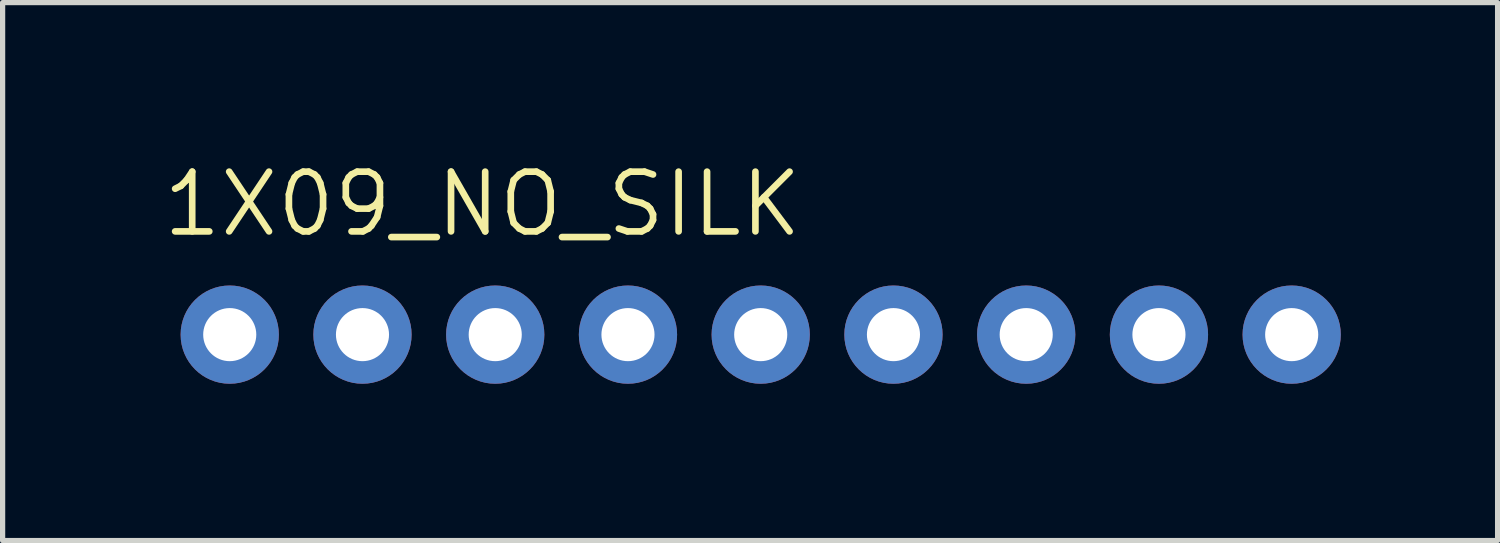
<source format=kicad_pcb>
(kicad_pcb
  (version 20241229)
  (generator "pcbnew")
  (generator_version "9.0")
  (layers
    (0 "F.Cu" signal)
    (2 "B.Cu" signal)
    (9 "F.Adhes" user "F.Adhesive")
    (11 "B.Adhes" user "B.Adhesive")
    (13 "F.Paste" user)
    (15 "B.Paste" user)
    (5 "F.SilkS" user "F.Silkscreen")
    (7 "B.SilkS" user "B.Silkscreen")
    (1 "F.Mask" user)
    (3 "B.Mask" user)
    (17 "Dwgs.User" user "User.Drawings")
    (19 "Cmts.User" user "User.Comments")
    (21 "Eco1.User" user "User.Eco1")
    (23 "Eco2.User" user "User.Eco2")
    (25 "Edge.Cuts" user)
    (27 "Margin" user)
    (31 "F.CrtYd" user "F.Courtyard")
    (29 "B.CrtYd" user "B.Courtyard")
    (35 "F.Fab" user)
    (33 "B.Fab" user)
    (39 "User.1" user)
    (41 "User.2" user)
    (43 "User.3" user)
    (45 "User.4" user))
  (footprint "1X09_NO_SILK"
    (layer "F.Cu")
    (at 1.346 3.353)
    (property "Reference" "1X09_NO_SILK" (at -1.346 -1.829 0) (layer "F.SilkS") (effects (font (size 1.143 1.143) (thickness 0.127)) (justify left bottom)))
    (fp_poly (pts (xy -0.254 0.254) (xy 0.254 0.254) (xy 0.254 -0.254) (xy -0.254 -0.254)) (stroke (width 0.1) (type default)) (fill no) (layer "F.Fab"))
    (fp_poly (pts (xy 2.286 0.254) (xy 2.794 0.254) (xy 2.794 -0.254) (xy 2.286 -0.254)) (stroke (width 0.1) (type default)) (fill no) (layer "F.Fab"))
    (fp_poly (pts (xy 4.826 0.254) (xy 5.334 0.254) (xy 5.334 -0.254) (xy 4.826 -0.254)) (stroke (width 0.1) (type default)) (fill no) (layer "F.Fab"))
    (fp_poly (pts (xy 7.366 0.254) (xy 7.874 0.254) (xy 7.874 -0.254) (xy 7.366 -0.254)) (stroke (width 0.1) (type default)) (fill no) (layer "F.Fab"))
    (fp_poly (pts (xy 9.906 0.254) (xy 10.414 0.254) (xy 10.414 -0.254) (xy 9.906 -0.254)) (stroke (width 0.1) (type default)) (fill no) (layer "F.Fab"))
    (fp_poly (pts (xy 12.446 0.254) (xy 12.954 0.254) (xy 12.954 -0.254) (xy 12.446 -0.254)) (stroke (width 0.1) (type default)) (fill no) (layer "F.Fab"))
    (fp_poly (pts (xy 14.986 0.254) (xy 15.494 0.254) (xy 15.494 -0.254) (xy 14.986 -0.254)) (stroke (width 0.1) (type default)) (fill no) (layer "F.Fab"))
    (fp_poly (pts (xy 17.526 0.254) (xy 18.034 0.254) (xy 18.034 -0.254) (xy 17.526 -0.254)) (stroke (width 0.1) (type default)) (fill no) (layer "F.Fab"))
    (fp_poly (pts (xy 20.066 0.254) (xy 20.574 0.254) (xy 20.574 -0.254) (xy 20.066 -0.254)) (stroke (width 0.1) (type default)) (fill no) (layer "F.Fab"))
    (pad "1" thru_hole circle (at 0 0 90) (size 1.88 1.88) (drill 1.016) (layers "*.Cu" "*.Mask"))
    (pad "2" thru_hole circle (at 2.54 0 90) (size 1.88 1.88) (drill 1.016) (layers "*.Cu" "*.Mask"))
    (pad "3" thru_hole circle (at 5.08 0 90) (size 1.88 1.88) (drill 1.016) (layers "*.Cu" "*.Mask"))
    (pad "4" thru_hole circle (at 7.62 0 90) (size 1.88 1.88) (drill 1.016) (layers "*.Cu" "*.Mask"))
    (pad "5" thru_hole circle (at 10.16 0 90) (size 1.88 1.88) (drill 1.016) (layers "*.Cu" "*.Mask"))
    (pad "6" thru_hole circle (at 12.7 0 90) (size 1.88 1.88) (drill 1.016) (layers "*.Cu" "*.Mask"))
    (pad "7" thru_hole circle (at 15.24 0 90) (size 1.88 1.88) (drill 1.016) (layers "*.Cu" "*.Mask"))
    (pad "8" thru_hole circle (at 17.78 0 90) (size 1.88 1.88) (drill 1.016) (layers "*.Cu" "*.Mask"))
    (pad "9" thru_hole circle (at 20.32 0 90) (size 1.88 1.88) (drill 1.016) (layers "*.Cu" "*.Mask")))
  (gr_rect
    (start -3 -3)
    (end 25.606 7.293)
    (stroke (width 0.1) (type default))
    (fill no)
    (layer "Edge.Cuts")))
</source>
